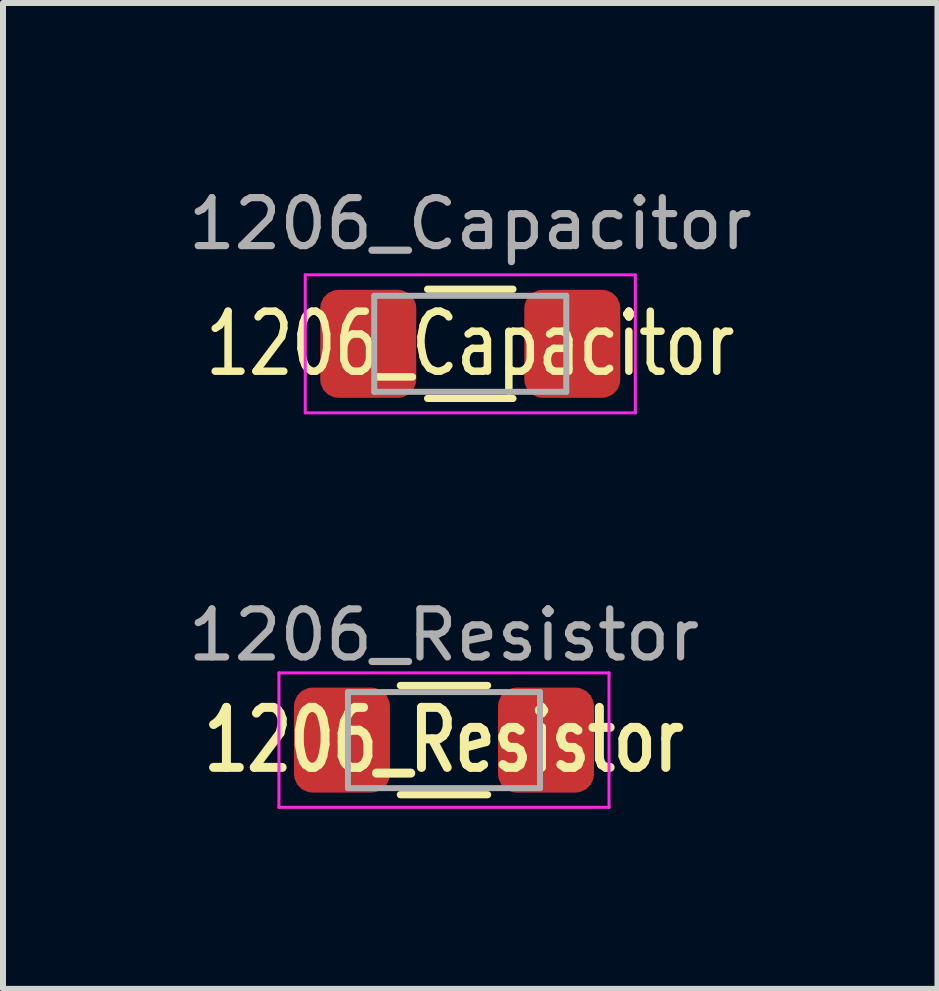
<source format=kicad_pcb>
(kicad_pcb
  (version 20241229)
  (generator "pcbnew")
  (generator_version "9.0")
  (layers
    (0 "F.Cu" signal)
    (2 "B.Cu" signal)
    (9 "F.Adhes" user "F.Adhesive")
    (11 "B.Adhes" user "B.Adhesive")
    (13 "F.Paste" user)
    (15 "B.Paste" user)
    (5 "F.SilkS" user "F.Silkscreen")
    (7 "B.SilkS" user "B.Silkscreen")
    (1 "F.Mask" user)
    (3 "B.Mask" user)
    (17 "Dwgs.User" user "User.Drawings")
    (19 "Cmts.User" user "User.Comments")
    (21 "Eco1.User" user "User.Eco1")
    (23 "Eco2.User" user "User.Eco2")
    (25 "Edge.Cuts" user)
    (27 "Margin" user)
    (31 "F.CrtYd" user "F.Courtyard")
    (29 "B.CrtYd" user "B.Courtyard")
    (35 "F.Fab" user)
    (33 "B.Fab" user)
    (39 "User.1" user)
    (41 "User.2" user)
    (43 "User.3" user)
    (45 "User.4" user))
  (footprint "1206_Resistor"
    (layer "F.Cu")
    (at 4.348 9.282)
    (property "Reference" "1206_Resistor" (at 0 0 0) (layer "F.SilkS") (effects (font (size 1 0.75) (thickness 0.15))))
    (attr smd)
    (fp_line (start -0.727 -0.91) (end 0.727 -0.91) (stroke (width 0.12) (type solid)) (layer "F.SilkS"))
    (fp_line (start -0.727 0.91) (end 0.727 0.91) (stroke (width 0.12) (type solid)) (layer "F.SilkS"))
    (fp_line (start -2.75 -1.12) (end 2.75 -1.12) (stroke (width 0.05) (type solid)) (layer "F.CrtYd"))
    (fp_line (start -2.75 1.12) (end -2.75 -1.12) (stroke (width 0.05) (type solid)) (layer "F.CrtYd"))
    (fp_line (start 2.75 -1.12) (end 2.75 1.12) (stroke (width 0.05) (type solid)) (layer "F.CrtYd"))
    (fp_line (start 2.75 1.12) (end -2.75 1.12) (stroke (width 0.05) (type solid)) (layer "F.CrtYd"))
    (fp_line (start -1.6 -0.8) (end 1.6 -0.8) (stroke (width 0.1) (type solid)) (layer "F.Fab"))
    (fp_line (start -1.6 0.8) (end -1.6 -0.8) (stroke (width 0.1) (type solid)) (layer "F.Fab"))
    (fp_line (start 1.6 -0.8) (end 1.6 0.8) (stroke (width 0.1) (type solid)) (layer "F.Fab"))
    (fp_line (start 1.6 0.8) (end -1.6 0.8) (stroke (width 0.1) (type solid)) (layer "F.Fab"))
    (fp_text user "${REFERENCE}" (at 0 -1.75 0) (layer "F.Fab") (effects (font (size 0.8 0.8) (thickness 0.12))))
    (pad "1" smd roundrect (at -1.7 0) (size 1.6 1.75) (layers "F.Cu" "F.Mask" "F.Paste") (roundrect_rratio 0.192))
    (pad "2" smd roundrect (at 1.7 0) (size 1.6 1.75) (layers "F.Cu" "F.Mask" "F.Paste") (roundrect_rratio 0.192)))
  (footprint "1206_Capacitor"
    (layer "F.Cu")
    (at 4.786 2.679)
    (property "Reference" "1206_Capacitor" (at 0 0 0) (layer "F.SilkS") (effects (font (size 1 0.75) (thickness 0.125))))
    (attr smd)
    (fp_line (start -0.711 -0.91) (end 0.711 -0.91) (stroke (width 0.12) (type solid)) (layer "F.SilkS"))
    (fp_line (start -0.711 0.91) (end 0.711 0.91) (stroke (width 0.12) (type solid)) (layer "F.SilkS"))
    (fp_line (start -2.75 -1.15) (end 2.75 -1.15) (stroke (width 0.05) (type solid)) (layer "F.CrtYd"))
    (fp_line (start -2.75 1.15) (end -2.75 -1.15) (stroke (width 0.05) (type solid)) (layer "F.CrtYd"))
    (fp_line (start 2.75 -1.15) (end 2.75 1.15) (stroke (width 0.05) (type solid)) (layer "F.CrtYd"))
    (fp_line (start 2.75 1.15) (end -2.75 1.15) (stroke (width 0.05) (type solid)) (layer "F.CrtYd"))
    (fp_line (start -1.6 -0.8) (end 1.6 -0.8) (stroke (width 0.1) (type solid)) (layer "F.Fab"))
    (fp_line (start -1.6 0.8) (end -1.6 -0.8) (stroke (width 0.1) (type solid)) (layer "F.Fab"))
    (fp_line (start 1.6 -0.8) (end 1.6 0.8) (stroke (width 0.1) (type solid)) (layer "F.Fab"))
    (fp_line (start 1.6 0.8) (end -1.6 0.8) (stroke (width 0.1) (type solid)) (layer "F.Fab"))
    (fp_text user "${REFERENCE}" (at 0 -2 0) (layer "F.Fab") (effects (font (size 0.8 0.8) (thickness 0.12))))
    (pad "1" smd roundrect (at -1.7 0) (size 1.6 1.8) (layers "F.Cu" "F.Mask" "F.Paste") (roundrect_rratio 0.189))
    (pad "2" smd roundrect (at 1.7 0) (size 1.6 1.8) (layers "F.Cu" "F.Mask" "F.Paste") (roundrect_rratio 0.189)))
  (gr_rect
    (start -3 -3)
    (end 12.571 13.427)
    (stroke (width 0.1) (type default))
    (fill no)
    (layer "Edge.Cuts")))
</source>
